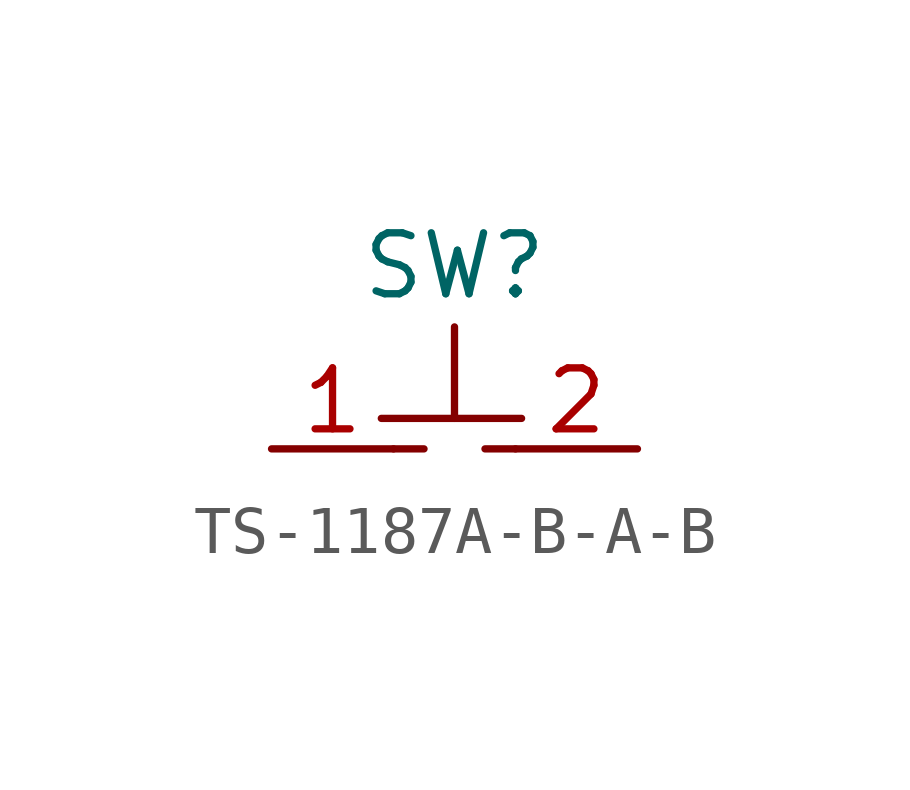
<source format=kicad_sym>
(kicad_symbol_lib
  (version 20211014)
  (generator kicad_symbol_editor)
  (symbol "TS-1187A-B-A-B"
    (pin_names
      (offset 1.016))
    (property "Reference" "SW"
      (at 0 3.81 0)
      (effects (font (size 1.27 1.27))))
    (symbol "TS-1187A-B-A-B_0_1"
      (polyline (pts (xy -1.524 0.635) (xy 1.397 0.635)) (stroke (width 0) (type default) (color 0 0 0 0)) (fill (type none)))
      (polyline (pts (xy -1.27 0) (xy -0.635 0)) (stroke (width 0) (type default) (color 0 0 0 0)) (fill (type none)))
      (polyline (pts (xy 0 0.635) (xy 0 2.54)) (stroke (width 0) (type default) (color 0 0 0 0)) (fill (type none)))
      (polyline (pts (xy 1.27 0) (xy 0.635 0)) (stroke (width 0) (type default) (color 0 0 0 0)) (fill (type none))))
    (symbol "TS-1187A-B-A-B_1_1"
      (pin passive line (at -3.81 0 0) (length 2.54) (name "~" (effects (font (size 1.27 1.27)))) (number "1" (effects (font (size 1.27 1.27)))))
      (pin passive line (at 3.81 0 180) (length 2.54) (name "~" (effects (font (size 1.27 1.27)))) (number "2" (effects (font (size 1.27 1.27))))))))
</source>
